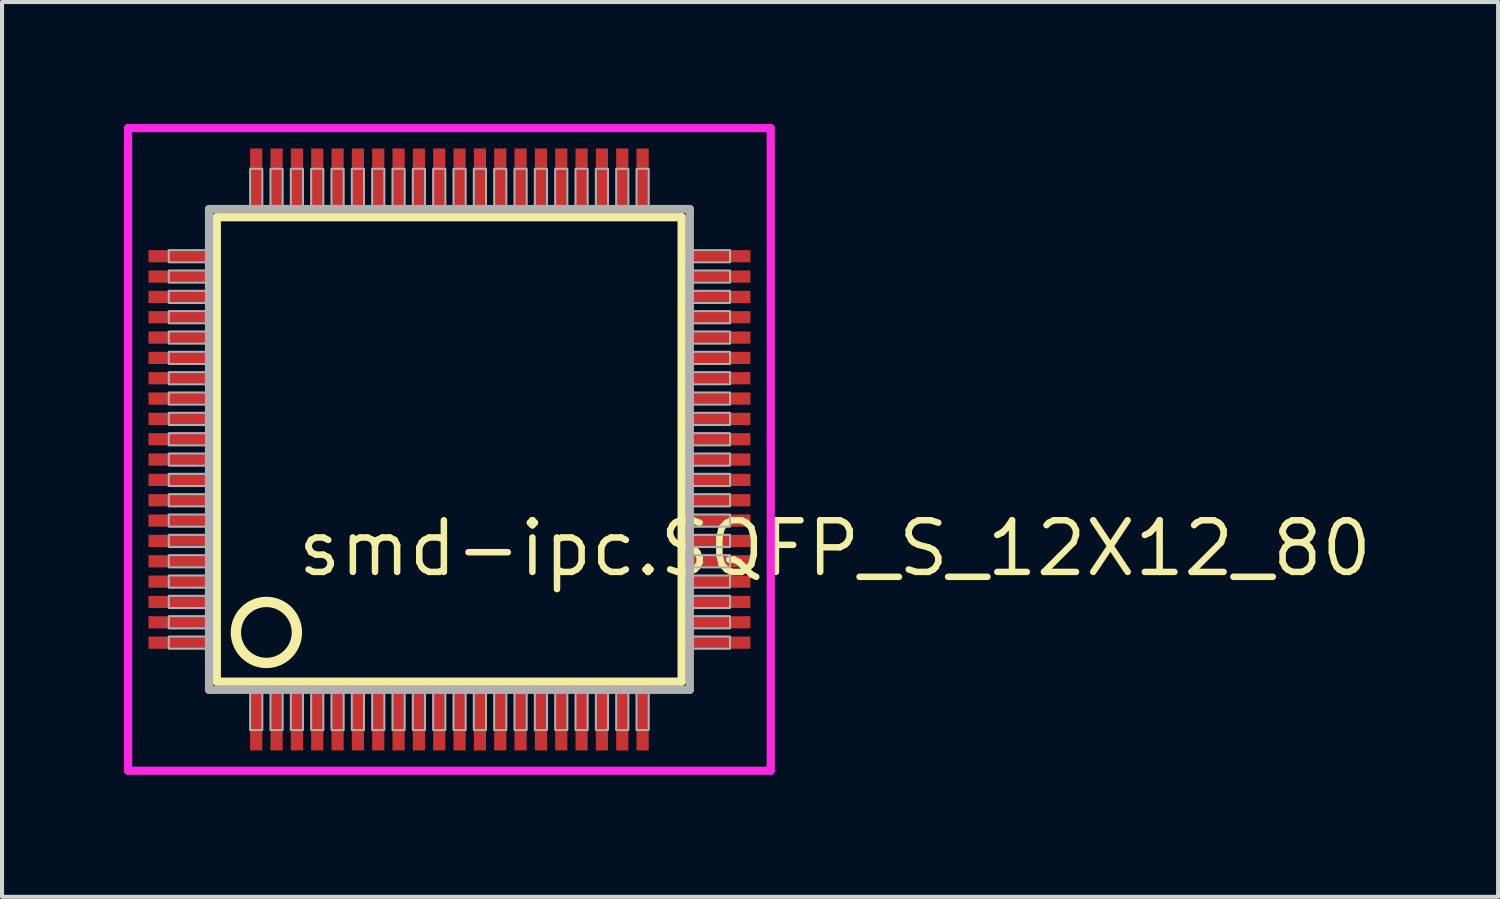
<source format=kicad_pcb>
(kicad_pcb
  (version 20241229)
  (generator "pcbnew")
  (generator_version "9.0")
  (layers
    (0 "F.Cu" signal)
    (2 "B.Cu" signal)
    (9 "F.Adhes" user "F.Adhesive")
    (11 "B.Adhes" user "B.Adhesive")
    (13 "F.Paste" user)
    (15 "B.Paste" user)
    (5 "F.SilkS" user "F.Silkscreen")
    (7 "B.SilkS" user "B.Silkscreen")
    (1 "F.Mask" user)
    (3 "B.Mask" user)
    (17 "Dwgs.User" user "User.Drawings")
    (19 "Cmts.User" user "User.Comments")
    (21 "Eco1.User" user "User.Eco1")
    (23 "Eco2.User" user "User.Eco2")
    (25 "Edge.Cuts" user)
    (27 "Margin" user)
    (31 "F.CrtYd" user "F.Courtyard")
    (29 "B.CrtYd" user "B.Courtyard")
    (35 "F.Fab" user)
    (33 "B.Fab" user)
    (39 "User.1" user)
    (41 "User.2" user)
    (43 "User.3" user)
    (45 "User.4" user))
  (footprint "smd-ipc.SQFP_S_12X12_80"
    (layer "F.Cu")
    (at 8 8)
    (property "Reference" "smd-ipc.SQFP_S_12X12_80" (at -3.81 3.175 0) (layer "F.SilkS") (effects (font (size 1.27 1.27) (thickness 0.16)) (justify left bottom)))
    (attr smd)
    (fp_line (start -5.72 -5.71) (end 5.71 -5.71) (stroke (width 0.203) (type default)) (layer "F.SilkS"))
    (fp_line (start -5.72 5.71) (end -5.72 -5.71) (stroke (width 0.203) (type default)) (layer "F.SilkS"))
    (fp_line (start 5.71 -5.71) (end 5.71 5.71) (stroke (width 0.203) (type default)) (layer "F.SilkS"))
    (fp_line (start 5.71 5.71) (end -5.72 5.71) (stroke (width 0.203) (type default)) (layer "F.SilkS"))
    (fp_circle (center -4.5 4.5) (end -3.75 4.5) (stroke (width 0.254) (type default)) (fill no) (layer "F.SilkS"))
    (fp_line (start -7.9 -7.9) (end 7.9 -7.9) (stroke (width 0.2) (type default)) (layer "F.CrtYd"))
    (fp_line (start -7.9 7.9) (end -7.9 -7.9) (stroke (width 0.2) (type default)) (layer "F.CrtYd"))
    (fp_line (start 7.9 -7.9) (end 7.9 7.9) (stroke (width 0.2) (type default)) (layer "F.CrtYd"))
    (fp_line (start 7.9 7.9) (end -7.9 7.9) (stroke (width 0.2) (type default)) (layer "F.CrtYd"))
    (fp_line (start -5.91 -5.91) (end -5.91 5.91) (stroke (width 0.203) (type default)) (layer "F.Fab"))
    (fp_line (start -5.91 5.91) (end 5.91 5.91) (stroke (width 0.203) (type default)) (layer "F.Fab"))
    (fp_line (start 5.91 -5.91) (end -5.91 -5.91) (stroke (width 0.203) (type default)) (layer "F.Fab"))
    (fp_line (start 5.91 5.91) (end 5.91 -5.91) (stroke (width 0.203) (type default)) (layer "F.Fab"))
    (fp_rect (start -6.9 -4.6) (end -5.95 -4.9) (stroke (width 0.05) (type default)) (fill no) (layer "F.Fab"))
    (fp_rect (start -6.9 -4.1) (end -5.95 -4.4) (stroke (width 0.05) (type default)) (fill no) (layer "F.Fab"))
    (fp_rect (start -6.9 -3.6) (end -5.95 -3.9) (stroke (width 0.05) (type default)) (fill no) (layer "F.Fab"))
    (fp_rect (start -6.9 -3.1) (end -5.95 -3.4) (stroke (width 0.05) (type default)) (fill no) (layer "F.Fab"))
    (fp_rect (start -6.9 -2.6) (end -5.95 -2.9) (stroke (width 0.05) (type default)) (fill no) (layer "F.Fab"))
    (fp_rect (start -6.9 -2.1) (end -5.95 -2.4) (stroke (width 0.05) (type default)) (fill no) (layer "F.Fab"))
    (fp_rect (start -6.9 -1.6) (end -5.95 -1.9) (stroke (width 0.05) (type default)) (fill no) (layer "F.Fab"))
    (fp_rect (start -6.9 -1.1) (end -5.95 -1.4) (stroke (width 0.05) (type default)) (fill no) (layer "F.Fab"))
    (fp_rect (start -6.9 -0.6) (end -5.95 -0.9) (stroke (width 0.05) (type default)) (fill no) (layer "F.Fab"))
    (fp_rect (start -6.9 -0.1) (end -5.95 -0.4) (stroke (width 0.05) (type default)) (fill no) (layer "F.Fab"))
    (fp_rect (start -6.9 0.4) (end -5.95 0.1) (stroke (width 0.05) (type default)) (fill no) (layer "F.Fab"))
    (fp_rect (start -6.9 0.9) (end -5.95 0.6) (stroke (width 0.05) (type default)) (fill no) (layer "F.Fab"))
    (fp_rect (start -6.9 1.4) (end -5.95 1.1) (stroke (width 0.05) (type default)) (fill no) (layer "F.Fab"))
    (fp_rect (start -6.9 1.9) (end -5.95 1.6) (stroke (width 0.05) (type default)) (fill no) (layer "F.Fab"))
    (fp_rect (start -6.9 2.4) (end -5.95 2.1) (stroke (width 0.05) (type default)) (fill no) (layer "F.Fab"))
    (fp_rect (start -6.9 2.9) (end -5.95 2.6) (stroke (width 0.05) (type default)) (fill no) (layer "F.Fab"))
    (fp_rect (start -6.9 3.4) (end -5.95 3.1) (stroke (width 0.05) (type default)) (fill no) (layer "F.Fab"))
    (fp_rect (start -6.9 3.9) (end -5.95 3.6) (stroke (width 0.05) (type default)) (fill no) (layer "F.Fab"))
    (fp_rect (start -6.9 4.4) (end -5.95 4.1) (stroke (width 0.05) (type default)) (fill no) (layer "F.Fab"))
    (fp_rect (start -6.9 4.9) (end -5.95 4.6) (stroke (width 0.05) (type default)) (fill no) (layer "F.Fab"))
    (fp_rect (start -4.9 -5.95) (end -4.6 -6.9) (stroke (width 0.05) (type default)) (fill no) (layer "F.Fab"))
    (fp_rect (start -4.9 6.9) (end -4.6 5.95) (stroke (width 0.05) (type default)) (fill no) (layer "F.Fab"))
    (fp_rect (start -4.4 -5.95) (end -4.1 -6.9) (stroke (width 0.05) (type default)) (fill no) (layer "F.Fab"))
    (fp_rect (start -4.4 6.9) (end -4.1 5.95) (stroke (width 0.05) (type default)) (fill no) (layer "F.Fab"))
    (fp_rect (start -3.9 -5.95) (end -3.6 -6.9) (stroke (width 0.05) (type default)) (fill no) (layer "F.Fab"))
    (fp_rect (start -3.9 6.9) (end -3.6 5.95) (stroke (width 0.05) (type default)) (fill no) (layer "F.Fab"))
    (fp_rect (start -3.4 -5.95) (end -3.1 -6.9) (stroke (width 0.05) (type default)) (fill no) (layer "F.Fab"))
    (fp_rect (start -3.4 6.9) (end -3.1 5.95) (stroke (width 0.05) (type default)) (fill no) (layer "F.Fab"))
    (fp_rect (start -2.9 -5.95) (end -2.6 -6.9) (stroke (width 0.05) (type default)) (fill no) (layer "F.Fab"))
    (fp_rect (start -2.9 6.9) (end -2.6 5.95) (stroke (width 0.05) (type default)) (fill no) (layer "F.Fab"))
    (fp_rect (start -2.4 -5.95) (end -2.1 -6.9) (stroke (width 0.05) (type default)) (fill no) (layer "F.Fab"))
    (fp_rect (start -2.4 6.9) (end -2.1 5.95) (stroke (width 0.05) (type default)) (fill no) (layer "F.Fab"))
    (fp_rect (start -1.9 -5.95) (end -1.6 -6.9) (stroke (width 0.05) (type default)) (fill no) (layer "F.Fab"))
    (fp_rect (start -1.9 6.9) (end -1.6 5.95) (stroke (width 0.05) (type default)) (fill no) (layer "F.Fab"))
    (fp_rect (start -1.4 -5.95) (end -1.1 -6.9) (stroke (width 0.05) (type default)) (fill no) (layer "F.Fab"))
    (fp_rect (start -1.4 6.9) (end -1.1 5.95) (stroke (width 0.05) (type default)) (fill no) (layer "F.Fab"))
    (fp_rect (start -0.9 -5.95) (end -0.6 -6.9) (stroke (width 0.05) (type default)) (fill no) (layer "F.Fab"))
    (fp_rect (start -0.9 6.9) (end -0.6 5.95) (stroke (width 0.05) (type default)) (fill no) (layer "F.Fab"))
    (fp_rect (start -0.4 -5.95) (end -0.1 -6.9) (stroke (width 0.05) (type default)) (fill no) (layer "F.Fab"))
    (fp_rect (start -0.4 6.9) (end -0.1 5.95) (stroke (width 0.05) (type default)) (fill no) (layer "F.Fab"))
    (fp_rect (start 0.1 -5.95) (end 0.4 -6.9) (stroke (width 0.05) (type default)) (fill no) (layer "F.Fab"))
    (fp_rect (start 0.1 6.9) (end 0.4 5.95) (stroke (width 0.05) (type default)) (fill no) (layer "F.Fab"))
    (fp_rect (start 0.6 -5.95) (end 0.9 -6.9) (stroke (width 0.05) (type default)) (fill no) (layer "F.Fab"))
    (fp_rect (start 0.6 6.9) (end 0.9 5.95) (stroke (width 0.05) (type default)) (fill no) (layer "F.Fab"))
    (fp_rect (start 1.1 -5.95) (end 1.4 -6.9) (stroke (width 0.05) (type default)) (fill no) (layer "F.Fab"))
    (fp_rect (start 1.1 6.9) (end 1.4 5.95) (stroke (width 0.05) (type default)) (fill no) (layer "F.Fab"))
    (fp_rect (start 1.6 -5.95) (end 1.9 -6.9) (stroke (width 0.05) (type default)) (fill no) (layer "F.Fab"))
    (fp_rect (start 1.6 6.9) (end 1.9 5.95) (stroke (width 0.05) (type default)) (fill no) (layer "F.Fab"))
    (fp_rect (start 2.1 -5.95) (end 2.4 -6.9) (stroke (width 0.05) (type default)) (fill no) (layer "F.Fab"))
    (fp_rect (start 2.1 6.9) (end 2.4 5.95) (stroke (width 0.05) (type default)) (fill no) (layer "F.Fab"))
    (fp_rect (start 2.6 -5.95) (end 2.9 -6.9) (stroke (width 0.05) (type default)) (fill no) (layer "F.Fab"))
    (fp_rect (start 2.6 6.9) (end 2.9 5.95) (stroke (width 0.05) (type default)) (fill no) (layer "F.Fab"))
    (fp_rect (start 3.1 -5.95) (end 3.4 -6.9) (stroke (width 0.05) (type default)) (fill no) (layer "F.Fab"))
    (fp_rect (start 3.1 6.9) (end 3.4 5.95) (stroke (width 0.05) (type default)) (fill no) (layer "F.Fab"))
    (fp_rect (start 3.6 -5.95) (end 3.9 -6.9) (stroke (width 0.05) (type default)) (fill no) (layer "F.Fab"))
    (fp_rect (start 3.6 6.9) (end 3.9 5.95) (stroke (width 0.05) (type default)) (fill no) (layer "F.Fab"))
    (fp_rect (start 4.1 -5.95) (end 4.4 -6.9) (stroke (width 0.05) (type default)) (fill no) (layer "F.Fab"))
    (fp_rect (start 4.1 6.9) (end 4.4 5.95) (stroke (width 0.05) (type default)) (fill no) (layer "F.Fab"))
    (fp_rect (start 4.6 -5.95) (end 4.9 -6.9) (stroke (width 0.05) (type default)) (fill no) (layer "F.Fab"))
    (fp_rect (start 4.6 6.9) (end 4.9 5.95) (stroke (width 0.05) (type default)) (fill no) (layer "F.Fab"))
    (fp_rect (start 5.95 -4.6) (end 6.9 -4.9) (stroke (width 0.05) (type default)) (fill no) (layer "F.Fab"))
    (fp_rect (start 5.95 -4.1) (end 6.9 -4.4) (stroke (width 0.05) (type default)) (fill no) (layer "F.Fab"))
    (fp_rect (start 5.95 -3.6) (end 6.9 -3.9) (stroke (width 0.05) (type default)) (fill no) (layer "F.Fab"))
    (fp_rect (start 5.95 -3.1) (end 6.9 -3.4) (stroke (width 0.05) (type default)) (fill no) (layer "F.Fab"))
    (fp_rect (start 5.95 -2.6) (end 6.9 -2.9) (stroke (width 0.05) (type default)) (fill no) (layer "F.Fab"))
    (fp_rect (start 5.95 -2.1) (end 6.9 -2.4) (stroke (width 0.05) (type default)) (fill no) (layer "F.Fab"))
    (fp_rect (start 5.95 -1.6) (end 6.9 -1.9) (stroke (width 0.05) (type default)) (fill no) (layer "F.Fab"))
    (fp_rect (start 5.95 -1.1) (end 6.9 -1.4) (stroke (width 0.05) (type default)) (fill no) (layer "F.Fab"))
    (fp_rect (start 5.95 -0.6) (end 6.9 -0.9) (stroke (width 0.05) (type default)) (fill no) (layer "F.Fab"))
    (fp_rect (start 5.95 -0.1) (end 6.9 -0.4) (stroke (width 0.05) (type default)) (fill no) (layer "F.Fab"))
    (fp_rect (start 5.95 0.4) (end 6.9 0.1) (stroke (width 0.05) (type default)) (fill no) (layer "F.Fab"))
    (fp_rect (start 5.95 0.9) (end 6.9 0.6) (stroke (width 0.05) (type default)) (fill no) (layer "F.Fab"))
    (fp_rect (start 5.95 1.4) (end 6.9 1.1) (stroke (width 0.05) (type default)) (fill no) (layer "F.Fab"))
    (fp_rect (start 5.95 1.9) (end 6.9 1.6) (stroke (width 0.05) (type default)) (fill no) (layer "F.Fab"))
    (fp_rect (start 5.95 2.4) (end 6.9 2.1) (stroke (width 0.05) (type default)) (fill no) (layer "F.Fab"))
    (fp_rect (start 5.95 2.9) (end 6.9 2.6) (stroke (width 0.05) (type default)) (fill no) (layer "F.Fab"))
    (fp_rect (start 5.95 3.4) (end 6.9 3.1) (stroke (width 0.05) (type default)) (fill no) (layer "F.Fab"))
    (fp_rect (start 5.95 3.9) (end 6.9 3.6) (stroke (width 0.05) (type default)) (fill no) (layer "F.Fab"))
    (fp_rect (start 5.95 4.4) (end 6.9 4.1) (stroke (width 0.05) (type default)) (fill no) (layer "F.Fab"))
    (fp_rect (start 5.95 4.9) (end 6.9 4.6) (stroke (width 0.05) (type default)) (fill no) (layer "F.Fab"))
    (pad "1" smd roundrect (at -4.75 6.6) (size 0.3 1.6) (layers "F.Cu" "F.Mask" "F.Paste") (roundrect_rratio 0.01))
    (pad "2" smd roundrect (at -4.25 6.6) (size 0.3 1.6) (layers "F.Cu" "F.Mask" "F.Paste") (roundrect_rratio 0.01))
    (pad "3" smd roundrect (at -3.75 6.6) (size 0.3 1.6) (layers "F.Cu" "F.Mask" "F.Paste") (roundrect_rratio 0.01))
    (pad "4" smd roundrect (at -3.25 6.6) (size 0.3 1.6) (layers "F.Cu" "F.Mask" "F.Paste") (roundrect_rratio 0.01))
    (pad "5" smd roundrect (at -2.75 6.6) (size 0.3 1.6) (layers "F.Cu" "F.Mask" "F.Paste") (roundrect_rratio 0.01))
    (pad "6" smd roundrect (at -2.25 6.6) (size 0.3 1.6) (layers "F.Cu" "F.Mask" "F.Paste") (roundrect_rratio 0.01))
    (pad "7" smd roundrect (at -1.75 6.6) (size 0.3 1.6) (layers "F.Cu" "F.Mask" "F.Paste") (roundrect_rratio 0.01))
    (pad "8" smd roundrect (at -1.25 6.6) (size 0.3 1.6) (layers "F.Cu" "F.Mask" "F.Paste") (roundrect_rratio 0.01))
    (pad "9" smd roundrect (at -0.75 6.6) (size 0.3 1.6) (layers "F.Cu" "F.Mask" "F.Paste") (roundrect_rratio 0.01))
    (pad "10" smd roundrect (at -0.25 6.6) (size 0.3 1.6) (layers "F.Cu" "F.Mask" "F.Paste") (roundrect_rratio 0.01))
    (pad "11" smd roundrect (at 0.25 6.6) (size 0.3 1.6) (layers "F.Cu" "F.Mask" "F.Paste") (roundrect_rratio 0.01))
    (pad "12" smd roundrect (at 0.75 6.6) (size 0.3 1.6) (layers "F.Cu" "F.Mask" "F.Paste") (roundrect_rratio 0.01))
    (pad "13" smd roundrect (at 1.25 6.6) (size 0.3 1.6) (layers "F.Cu" "F.Mask" "F.Paste") (roundrect_rratio 0.01))
    (pad "14" smd roundrect (at 1.75 6.6) (size 0.3 1.6) (layers "F.Cu" "F.Mask" "F.Paste") (roundrect_rratio 0.01))
    (pad "15" smd roundrect (at 2.25 6.6) (size 0.3 1.6) (layers "F.Cu" "F.Mask" "F.Paste") (roundrect_rratio 0.01))
    (pad "16" smd roundrect (at 2.75 6.6) (size 0.3 1.6) (layers "F.Cu" "F.Mask" "F.Paste") (roundrect_rratio 0.01))
    (pad "17" smd roundrect (at 3.25 6.6) (size 0.3 1.6) (layers "F.Cu" "F.Mask" "F.Paste") (roundrect_rratio 0.01))
    (pad "18" smd roundrect (at 3.75 6.6) (size 0.3 1.6) (layers "F.Cu" "F.Mask" "F.Paste") (roundrect_rratio 0.01))
    (pad "19" smd roundrect (at 4.25 6.6) (size 0.3 1.6) (layers "F.Cu" "F.Mask" "F.Paste") (roundrect_rratio 0.01))
    (pad "20" smd roundrect (at 4.75 6.6) (size 0.3 1.6) (layers "F.Cu" "F.Mask" "F.Paste") (roundrect_rratio 0.01))
    (pad "21" smd roundrect (at 6.6 4.75) (size 1.6 0.3) (layers "F.Cu" "F.Mask" "F.Paste") (roundrect_rratio 0.01))
    (pad "22" smd roundrect (at 6.6 4.25) (size 1.6 0.3) (layers "F.Cu" "F.Mask" "F.Paste") (roundrect_rratio 0.01))
    (pad "23" smd roundrect (at 6.6 3.75) (size 1.6 0.3) (layers "F.Cu" "F.Mask" "F.Paste") (roundrect_rratio 0.01))
    (pad "24" smd roundrect (at 6.6 3.25) (size 1.6 0.3) (layers "F.Cu" "F.Mask" "F.Paste") (roundrect_rratio 0.01))
    (pad "25" smd roundrect (at 6.6 2.75) (size 1.6 0.3) (layers "F.Cu" "F.Mask" "F.Paste") (roundrect_rratio 0.01))
    (pad "26" smd roundrect (at 6.6 2.25) (size 1.6 0.3) (layers "F.Cu" "F.Mask" "F.Paste") (roundrect_rratio 0.01))
    (pad "27" smd roundrect (at 6.6 1.75) (size 1.6 0.3) (layers "F.Cu" "F.Mask" "F.Paste") (roundrect_rratio 0.01))
    (pad "28" smd roundrect (at 6.6 1.25) (size 1.6 0.3) (layers "F.Cu" "F.Mask" "F.Paste") (roundrect_rratio 0.01))
    (pad "29" smd roundrect (at 6.6 0.75) (size 1.6 0.3) (layers "F.Cu" "F.Mask" "F.Paste") (roundrect_rratio 0.01))
    (pad "30" smd roundrect (at 6.6 0.25) (size 1.6 0.3) (layers "F.Cu" "F.Mask" "F.Paste") (roundrect_rratio 0.01))
    (pad "31" smd roundrect (at 6.6 -0.25) (size 1.6 0.3) (layers "F.Cu" "F.Mask" "F.Paste") (roundrect_rratio 0.01))
    (pad "32" smd roundrect (at 6.6 -0.75) (size 1.6 0.3) (layers "F.Cu" "F.Mask" "F.Paste") (roundrect_rratio 0.01))
    (pad "33" smd roundrect (at 6.6 -1.25) (size 1.6 0.3) (layers "F.Cu" "F.Mask" "F.Paste") (roundrect_rratio 0.01))
    (pad "34" smd roundrect (at 6.6 -1.75) (size 1.6 0.3) (layers "F.Cu" "F.Mask" "F.Paste") (roundrect_rratio 0.01))
    (pad "35" smd roundrect (at 6.6 -2.25) (size 1.6 0.3) (layers "F.Cu" "F.Mask" "F.Paste") (roundrect_rratio 0.01))
    (pad "36" smd roundrect (at 6.6 -2.75) (size 1.6 0.3) (layers "F.Cu" "F.Mask" "F.Paste") (roundrect_rratio 0.01))
    (pad "37" smd roundrect (at 6.6 -3.25) (size 1.6 0.3) (layers "F.Cu" "F.Mask" "F.Paste") (roundrect_rratio 0.01))
    (pad "38" smd roundrect (at 6.6 -3.75) (size 1.6 0.3) (layers "F.Cu" "F.Mask" "F.Paste") (roundrect_rratio 0.01))
    (pad "39" smd roundrect (at 6.6 -4.25) (size 1.6 0.3) (layers "F.Cu" "F.Mask" "F.Paste") (roundrect_rratio 0.01))
    (pad "40" smd roundrect (at 6.6 -4.75) (size 1.6 0.3) (layers "F.Cu" "F.Mask" "F.Paste") (roundrect_rratio 0.01))
    (pad "41" smd roundrect (at 4.75 -6.6) (size 0.3 1.6) (layers "F.Cu" "F.Mask" "F.Paste") (roundrect_rratio 0.01))
    (pad "42" smd roundrect (at 4.25 -6.6) (size 0.3 1.6) (layers "F.Cu" "F.Mask" "F.Paste") (roundrect_rratio 0.01))
    (pad "43" smd roundrect (at 3.75 -6.6) (size 0.3 1.6) (layers "F.Cu" "F.Mask" "F.Paste") (roundrect_rratio 0.01))
    (pad "44" smd roundrect (at 3.25 -6.6) (size 0.3 1.6) (layers "F.Cu" "F.Mask" "F.Paste") (roundrect_rratio 0.01))
    (pad "45" smd roundrect (at 2.75 -6.6) (size 0.3 1.6) (layers "F.Cu" "F.Mask" "F.Paste") (roundrect_rratio 0.01))
    (pad "46" smd roundrect (at 2.25 -6.6) (size 0.3 1.6) (layers "F.Cu" "F.Mask" "F.Paste") (roundrect_rratio 0.01))
    (pad "47" smd roundrect (at 1.75 -6.6) (size 0.3 1.6) (layers "F.Cu" "F.Mask" "F.Paste") (roundrect_rratio 0.01))
    (pad "48" smd roundrect (at 1.25 -6.6) (size 0.3 1.6) (layers "F.Cu" "F.Mask" "F.Paste") (roundrect_rratio 0.01))
    (pad "49" smd roundrect (at 0.75 -6.6) (size 0.3 1.6) (layers "F.Cu" "F.Mask" "F.Paste") (roundrect_rratio 0.01))
    (pad "50" smd roundrect (at 0.25 -6.6) (size 0.3 1.6) (layers "F.Cu" "F.Mask" "F.Paste") (roundrect_rratio 0.01))
    (pad "51" smd roundrect (at -0.25 -6.6) (size 0.3 1.6) (layers "F.Cu" "F.Mask" "F.Paste") (roundrect_rratio 0.01))
    (pad "52" smd roundrect (at -0.75 -6.6) (size 0.3 1.6) (layers "F.Cu" "F.Mask" "F.Paste") (roundrect_rratio 0.01))
    (pad "53" smd roundrect (at -1.25 -6.6) (size 0.3 1.6) (layers "F.Cu" "F.Mask" "F.Paste") (roundrect_rratio 0.01))
    (pad "54" smd roundrect (at -1.75 -6.6) (size 0.3 1.6) (layers "F.Cu" "F.Mask" "F.Paste") (roundrect_rratio 0.01))
    (pad "55" smd roundrect (at -2.25 -6.6) (size 0.3 1.6) (layers "F.Cu" "F.Mask" "F.Paste") (roundrect_rratio 0.01))
    (pad "56" smd roundrect (at -2.75 -6.6) (size 0.3 1.6) (layers "F.Cu" "F.Mask" "F.Paste") (roundrect_rratio 0.01))
    (pad "57" smd roundrect (at -3.25 -6.6) (size 0.3 1.6) (layers "F.Cu" "F.Mask" "F.Paste") (roundrect_rratio 0.01))
    (pad "58" smd roundrect (at -3.75 -6.6) (size 0.3 1.6) (layers "F.Cu" "F.Mask" "F.Paste") (roundrect_rratio 0.01))
    (pad "59" smd roundrect (at -4.25 -6.6) (size 0.3 1.6) (layers "F.Cu" "F.Mask" "F.Paste") (roundrect_rratio 0.01))
    (pad "60" smd roundrect (at -4.75 -6.6) (size 0.3 1.6) (layers "F.Cu" "F.Mask" "F.Paste") (roundrect_rratio 0.01))
    (pad "61" smd roundrect (at -6.6 -4.75) (size 1.6 0.3) (layers "F.Cu" "F.Mask" "F.Paste") (roundrect_rratio 0.01))
    (pad "62" smd roundrect (at -6.6 -4.25) (size 1.6 0.3) (layers "F.Cu" "F.Mask" "F.Paste") (roundrect_rratio 0.01))
    (pad "63" smd roundrect (at -6.6 -3.75) (size 1.6 0.3) (layers "F.Cu" "F.Mask" "F.Paste") (roundrect_rratio 0.01))
    (pad "64" smd roundrect (at -6.6 -3.25) (size 1.6 0.3) (layers "F.Cu" "F.Mask" "F.Paste") (roundrect_rratio 0.01))
    (pad "65" smd roundrect (at -6.6 -2.75) (size 1.6 0.3) (layers "F.Cu" "F.Mask" "F.Paste") (roundrect_rratio 0.01))
    (pad "66" smd roundrect (at -6.6 -2.25) (size 1.6 0.3) (layers "F.Cu" "F.Mask" "F.Paste") (roundrect_rratio 0.01))
    (pad "67" smd roundrect (at -6.6 -1.75) (size 1.6 0.3) (layers "F.Cu" "F.Mask" "F.Paste") (roundrect_rratio 0.01))
    (pad "68" smd roundrect (at -6.6 -1.25) (size 1.6 0.3) (layers "F.Cu" "F.Mask" "F.Paste") (roundrect_rratio 0.01))
    (pad "69" smd roundrect (at -6.6 -0.75) (size 1.6 0.3) (layers "F.Cu" "F.Mask" "F.Paste") (roundrect_rratio 0.01))
    (pad "70" smd roundrect (at -6.6 -0.25) (size 1.6 0.3) (layers "F.Cu" "F.Mask" "F.Paste") (roundrect_rratio 0.01))
    (pad "71" smd roundrect (at -6.6 0.25) (size 1.6 0.3) (layers "F.Cu" "F.Mask" "F.Paste") (roundrect_rratio 0.01))
    (pad "72" smd roundrect (at -6.6 0.75) (size 1.6 0.3) (layers "F.Cu" "F.Mask" "F.Paste") (roundrect_rratio 0.01))
    (pad "73" smd roundrect (at -6.6 1.25) (size 1.6 0.3) (layers "F.Cu" "F.Mask" "F.Paste") (roundrect_rratio 0.01))
    (pad "74" smd roundrect (at -6.6 1.75) (size 1.6 0.3) (layers "F.Cu" "F.Mask" "F.Paste") (roundrect_rratio 0.01))
    (pad "75" smd roundrect (at -6.6 2.25) (size 1.6 0.3) (layers "F.Cu" "F.Mask" "F.Paste") (roundrect_rratio 0.01))
    (pad "76" smd roundrect (at -6.6 2.75) (size 1.6 0.3) (layers "F.Cu" "F.Mask" "F.Paste") (roundrect_rratio 0.01))
    (pad "77" smd roundrect (at -6.6 3.25) (size 1.6 0.3) (layers "F.Cu" "F.Mask" "F.Paste") (roundrect_rratio 0.01))
    (pad "78" smd roundrect (at -6.6 3.75) (size 1.6 0.3) (layers "F.Cu" "F.Mask" "F.Paste") (roundrect_rratio 0.01))
    (pad "79" smd roundrect (at -6.6 4.25) (size 1.6 0.3) (layers "F.Cu" "F.Mask" "F.Paste") (roundrect_rratio 0.01))
    (pad "80" smd roundrect (at -6.6 4.75) (size 1.6 0.3) (layers "F.Cu" "F.Mask" "F.Paste") (roundrect_rratio 0.01)))
  (gr_rect
    (start -3 -3)
    (end 33.784 19)
    (stroke (width 0.1) (type default))
    (fill no)
    (layer "Edge.Cuts")))
</source>
